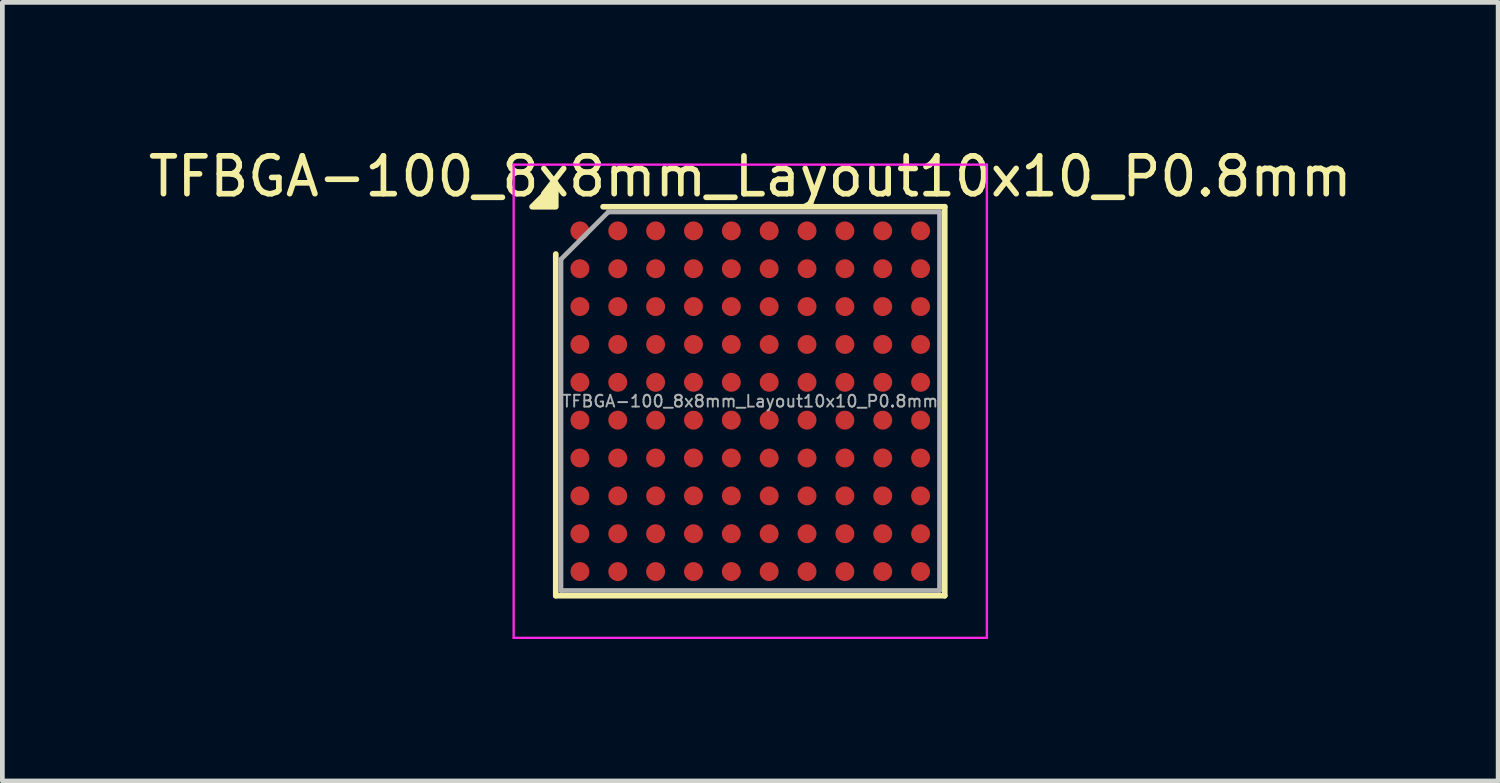
<source format=kicad_pcb>
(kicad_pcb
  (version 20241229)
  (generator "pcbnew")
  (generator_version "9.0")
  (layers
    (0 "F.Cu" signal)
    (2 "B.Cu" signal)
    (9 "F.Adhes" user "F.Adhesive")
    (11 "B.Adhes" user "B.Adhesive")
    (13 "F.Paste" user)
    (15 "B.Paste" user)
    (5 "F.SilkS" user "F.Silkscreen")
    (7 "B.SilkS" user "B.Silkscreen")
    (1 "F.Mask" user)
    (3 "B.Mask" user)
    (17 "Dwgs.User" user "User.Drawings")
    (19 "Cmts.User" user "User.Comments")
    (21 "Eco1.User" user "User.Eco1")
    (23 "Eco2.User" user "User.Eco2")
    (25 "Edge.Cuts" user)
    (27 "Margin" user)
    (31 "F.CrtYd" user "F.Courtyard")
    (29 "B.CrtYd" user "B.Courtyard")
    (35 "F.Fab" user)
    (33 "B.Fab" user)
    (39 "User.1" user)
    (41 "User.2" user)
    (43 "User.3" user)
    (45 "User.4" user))
  (footprint "TFBGA-100_8x8mm_Layout10x10_P0.8mm"
    (layer "F.Cu")
    (at 12.805 5.429)
    (property "Reference" "TFBGA-100_8x8mm_Layout10x10_P0.8mm" (at 0 -4.75 0) (layer "F.SilkS") (effects (font (size 0.8 0.8) (thickness 0.12))))
    (attr smd)
    (fp_line (start -4.11 4.11) (end -4.11 -3.11) (stroke (width 0.12) (type solid)) (layer "F.SilkS"))
    (fp_line (start -3.11 -4.11) (end 4.11 -4.11) (stroke (width 0.12) (type solid)) (layer "F.SilkS"))
    (fp_line (start 4.11 -4.11) (end 4.11 4.11) (stroke (width 0.12) (type solid)) (layer "F.SilkS"))
    (fp_line (start 4.11 4.11) (end -4.11 4.11) (stroke (width 0.12) (type solid)) (layer "F.SilkS"))
    (fp_poly (pts (xy -4.11 -4.11) (xy -4.61 -4.11) (xy -4.11 -4.61) (xy -4.11 -4.11)) (stroke (width 0.12) (type solid)) (fill yes) (layer "F.SilkS"))
    (fp_line (start -5 -5) (end -5 5) (stroke (width 0.05) (type solid)) (layer "F.CrtYd"))
    (fp_line (start -5 5) (end 5 5) (stroke (width 0.05) (type solid)) (layer "F.CrtYd"))
    (fp_line (start 5 -5) (end -5 -5) (stroke (width 0.05) (type solid)) (layer "F.CrtYd"))
    (fp_line (start 5 5) (end 5 -5) (stroke (width 0.05) (type solid)) (layer "F.CrtYd"))
    (fp_line (start -4 -3) (end -3 -4) (stroke (width 0.1) (type solid)) (layer "F.Fab"))
    (fp_line (start -4 4) (end -4 -3) (stroke (width 0.1) (type solid)) (layer "F.Fab"))
    (fp_line (start -3 -4) (end 4 -4) (stroke (width 0.1) (type solid)) (layer "F.Fab"))
    (fp_line (start 4 -4) (end 4 4) (stroke (width 0.1) (type solid)) (layer "F.Fab"))
    (fp_line (start 4 4) (end -4 4) (stroke (width 0.1) (type solid)) (layer "F.Fab"))
    (fp_text user "${REFERENCE}" (at 0 0 0) (layer "F.Fab") (effects (font (size 0.25 0.25) (thickness 0.04))))
    (pad "A1" smd circle (at -3.6 -3.6) (size 0.4 0.4) (property pad_prop_bga) (layers "F.Cu" "F.Mask" "F.Paste"))
    (pad "A2" smd circle (at -2.8 -3.6) (size 0.4 0.4) (property pad_prop_bga) (layers "F.Cu" "F.Mask" "F.Paste"))
    (pad "A3" smd circle (at -2 -3.6) (size 0.4 0.4) (property pad_prop_bga) (layers "F.Cu" "F.Mask" "F.Paste"))
    (pad "A4" smd circle (at -1.2 -3.6) (size 0.4 0.4) (property pad_prop_bga) (layers "F.Cu" "F.Mask" "F.Paste"))
    (pad "A5" smd circle (at -0.4 -3.6) (size 0.4 0.4) (property pad_prop_bga) (layers "F.Cu" "F.Mask" "F.Paste"))
    (pad "A6" smd circle (at 0.4 -3.6) (size 0.4 0.4) (property pad_prop_bga) (layers "F.Cu" "F.Mask" "F.Paste"))
    (pad "A7" smd circle (at 1.2 -3.6) (size 0.4 0.4) (property pad_prop_bga) (layers "F.Cu" "F.Mask" "F.Paste"))
    (pad "A8" smd circle (at 2 -3.6) (size 0.4 0.4) (property pad_prop_bga) (layers "F.Cu" "F.Mask" "F.Paste"))
    (pad "A9" smd circle (at 2.8 -3.6) (size 0.4 0.4) (property pad_prop_bga) (layers "F.Cu" "F.Mask" "F.Paste"))
    (pad "A10" smd circle (at 3.6 -3.6) (size 0.4 0.4) (property pad_prop_bga) (layers "F.Cu" "F.Mask" "F.Paste"))
    (pad "B1" smd circle (at -3.6 -2.8) (size 0.4 0.4) (property pad_prop_bga) (layers "F.Cu" "F.Mask" "F.Paste"))
    (pad "B2" smd circle (at -2.8 -2.8) (size 0.4 0.4) (property pad_prop_bga) (layers "F.Cu" "F.Mask" "F.Paste"))
    (pad "B3" smd circle (at -2 -2.8) (size 0.4 0.4) (property pad_prop_bga) (layers "F.Cu" "F.Mask" "F.Paste"))
    (pad "B4" smd circle (at -1.2 -2.8) (size 0.4 0.4) (property pad_prop_bga) (layers "F.Cu" "F.Mask" "F.Paste"))
    (pad "B5" smd circle (at -0.4 -2.8) (size 0.4 0.4) (property pad_prop_bga) (layers "F.Cu" "F.Mask" "F.Paste"))
    (pad "B6" smd circle (at 0.4 -2.8) (size 0.4 0.4) (property pad_prop_bga) (layers "F.Cu" "F.Mask" "F.Paste"))
    (pad "B7" smd circle (at 1.2 -2.8) (size 0.4 0.4) (property pad_prop_bga) (layers "F.Cu" "F.Mask" "F.Paste"))
    (pad "B8" smd circle (at 2 -2.8) (size 0.4 0.4) (property pad_prop_bga) (layers "F.Cu" "F.Mask" "F.Paste"))
    (pad "B9" smd circle (at 2.8 -2.8) (size 0.4 0.4) (property pad_prop_bga) (layers "F.Cu" "F.Mask" "F.Paste"))
    (pad "B10" smd circle (at 3.6 -2.8) (size 0.4 0.4) (property pad_prop_bga) (layers "F.Cu" "F.Mask" "F.Paste"))
    (pad "C1" smd circle (at -3.6 -2) (size 0.4 0.4) (property pad_prop_bga) (layers "F.Cu" "F.Mask" "F.Paste"))
    (pad "C2" smd circle (at -2.8 -2) (size 0.4 0.4) (property pad_prop_bga) (layers "F.Cu" "F.Mask" "F.Paste"))
    (pad "C3" smd circle (at -2 -2) (size 0.4 0.4) (property pad_prop_bga) (layers "F.Cu" "F.Mask" "F.Paste"))
    (pad "C4" smd circle (at -1.2 -2) (size 0.4 0.4) (property pad_prop_bga) (layers "F.Cu" "F.Mask" "F.Paste"))
    (pad "C5" smd circle (at -0.4 -2) (size 0.4 0.4) (property pad_prop_bga) (layers "F.Cu" "F.Mask" "F.Paste"))
    (pad "C6" smd circle (at 0.4 -2) (size 0.4 0.4) (property pad_prop_bga) (layers "F.Cu" "F.Mask" "F.Paste"))
    (pad "C7" smd circle (at 1.2 -2) (size 0.4 0.4) (property pad_prop_bga) (layers "F.Cu" "F.Mask" "F.Paste"))
    (pad "C8" smd circle (at 2 -2) (size 0.4 0.4) (property pad_prop_bga) (layers "F.Cu" "F.Mask" "F.Paste"))
    (pad "C9" smd circle (at 2.8 -2) (size 0.4 0.4) (property pad_prop_bga) (layers "F.Cu" "F.Mask" "F.Paste"))
    (pad "C10" smd circle (at 3.6 -2) (size 0.4 0.4) (property pad_prop_bga) (layers "F.Cu" "F.Mask" "F.Paste"))
    (pad "D1" smd circle (at -3.6 -1.2) (size 0.4 0.4) (property pad_prop_bga) (layers "F.Cu" "F.Mask" "F.Paste"))
    (pad "D2" smd circle (at -2.8 -1.2) (size 0.4 0.4) (property pad_prop_bga) (layers "F.Cu" "F.Mask" "F.Paste"))
    (pad "D3" smd circle (at -2 -1.2) (size 0.4 0.4) (property pad_prop_bga) (layers "F.Cu" "F.Mask" "F.Paste"))
    (pad "D4" smd circle (at -1.2 -1.2) (size 0.4 0.4) (property pad_prop_bga) (layers "F.Cu" "F.Mask" "F.Paste"))
    (pad "D5" smd circle (at -0.4 -1.2) (size 0.4 0.4) (property pad_prop_bga) (layers "F.Cu" "F.Mask" "F.Paste"))
    (pad "D6" smd circle (at 0.4 -1.2) (size 0.4 0.4) (property pad_prop_bga) (layers "F.Cu" "F.Mask" "F.Paste"))
    (pad "D7" smd circle (at 1.2 -1.2) (size 0.4 0.4) (property pad_prop_bga) (layers "F.Cu" "F.Mask" "F.Paste"))
    (pad "D8" smd circle (at 2 -1.2) (size 0.4 0.4) (property pad_prop_bga) (layers "F.Cu" "F.Mask" "F.Paste"))
    (pad "D9" smd circle (at 2.8 -1.2) (size 0.4 0.4) (property pad_prop_bga) (layers "F.Cu" "F.Mask" "F.Paste"))
    (pad "D10" smd circle (at 3.6 -1.2) (size 0.4 0.4) (property pad_prop_bga) (layers "F.Cu" "F.Mask" "F.Paste"))
    (pad "E1" smd circle (at -3.6 -0.4) (size 0.4 0.4) (property pad_prop_bga) (layers "F.Cu" "F.Mask" "F.Paste"))
    (pad "E2" smd circle (at -2.8 -0.4) (size 0.4 0.4) (property pad_prop_bga) (layers "F.Cu" "F.Mask" "F.Paste"))
    (pad "E3" smd circle (at -2 -0.4) (size 0.4 0.4) (property pad_prop_bga) (layers "F.Cu" "F.Mask" "F.Paste"))
    (pad "E4" smd circle (at -1.2 -0.4) (size 0.4 0.4) (property pad_prop_bga) (layers "F.Cu" "F.Mask" "F.Paste"))
    (pad "E5" smd circle (at -0.4 -0.4) (size 0.4 0.4) (property pad_prop_bga) (layers "F.Cu" "F.Mask" "F.Paste"))
    (pad "E6" smd circle (at 0.4 -0.4) (size 0.4 0.4) (property pad_prop_bga) (layers "F.Cu" "F.Mask" "F.Paste"))
    (pad "E7" smd circle (at 1.2 -0.4) (size 0.4 0.4) (property pad_prop_bga) (layers "F.Cu" "F.Mask" "F.Paste"))
    (pad "E8" smd circle (at 2 -0.4) (size 0.4 0.4) (property pad_prop_bga) (layers "F.Cu" "F.Mask" "F.Paste"))
    (pad "E9" smd circle (at 2.8 -0.4) (size 0.4 0.4) (property pad_prop_bga) (layers "F.Cu" "F.Mask" "F.Paste"))
    (pad "E10" smd circle (at 3.6 -0.4) (size 0.4 0.4) (property pad_prop_bga) (layers "F.Cu" "F.Mask" "F.Paste"))
    (pad "F1" smd circle (at -3.6 0.4) (size 0.4 0.4) (property pad_prop_bga) (layers "F.Cu" "F.Mask" "F.Paste"))
    (pad "F2" smd circle (at -2.8 0.4) (size 0.4 0.4) (property pad_prop_bga) (layers "F.Cu" "F.Mask" "F.Paste"))
    (pad "F3" smd circle (at -2 0.4) (size 0.4 0.4) (property pad_prop_bga) (layers "F.Cu" "F.Mask" "F.Paste"))
    (pad "F4" smd circle (at -1.2 0.4) (size 0.4 0.4) (property pad_prop_bga) (layers "F.Cu" "F.Mask" "F.Paste"))
    (pad "F5" smd circle (at -0.4 0.4) (size 0.4 0.4) (property pad_prop_bga) (layers "F.Cu" "F.Mask" "F.Paste"))
    (pad "F6" smd circle (at 0.4 0.4) (size 0.4 0.4) (property pad_prop_bga) (layers "F.Cu" "F.Mask" "F.Paste"))
    (pad "F7" smd circle (at 1.2 0.4) (size 0.4 0.4) (property pad_prop_bga) (layers "F.Cu" "F.Mask" "F.Paste"))
    (pad "F8" smd circle (at 2 0.4) (size 0.4 0.4) (property pad_prop_bga) (layers "F.Cu" "F.Mask" "F.Paste"))
    (pad "F9" smd circle (at 2.8 0.4) (size 0.4 0.4) (property pad_prop_bga) (layers "F.Cu" "F.Mask" "F.Paste"))
    (pad "F10" smd circle (at 3.6 0.4) (size 0.4 0.4) (property pad_prop_bga) (layers "F.Cu" "F.Mask" "F.Paste"))
    (pad "G1" smd circle (at -3.6 1.2) (size 0.4 0.4) (property pad_prop_bga) (layers "F.Cu" "F.Mask" "F.Paste"))
    (pad "G2" smd circle (at -2.8 1.2) (size 0.4 0.4) (property pad_prop_bga) (layers "F.Cu" "F.Mask" "F.Paste"))
    (pad "G3" smd circle (at -2 1.2) (size 0.4 0.4) (property pad_prop_bga) (layers "F.Cu" "F.Mask" "F.Paste"))
    (pad "G4" smd circle (at -1.2 1.2) (size 0.4 0.4) (property pad_prop_bga) (layers "F.Cu" "F.Mask" "F.Paste"))
    (pad "G5" smd circle (at -0.4 1.2) (size 0.4 0.4) (property pad_prop_bga) (layers "F.Cu" "F.Mask" "F.Paste"))
    (pad "G6" smd circle (at 0.4 1.2) (size 0.4 0.4) (property pad_prop_bga) (layers "F.Cu" "F.Mask" "F.Paste"))
    (pad "G7" smd circle (at 1.2 1.2) (size 0.4 0.4) (property pad_prop_bga) (layers "F.Cu" "F.Mask" "F.Paste"))
    (pad "G8" smd circle (at 2 1.2) (size 0.4 0.4) (property pad_prop_bga) (layers "F.Cu" "F.Mask" "F.Paste"))
    (pad "G9" smd circle (at 2.8 1.2) (size 0.4 0.4) (property pad_prop_bga) (layers "F.Cu" "F.Mask" "F.Paste"))
    (pad "G10" smd circle (at 3.6 1.2) (size 0.4 0.4) (property pad_prop_bga) (layers "F.Cu" "F.Mask" "F.Paste"))
    (pad "H1" smd circle (at -3.6 2) (size 0.4 0.4) (property pad_prop_bga) (layers "F.Cu" "F.Mask" "F.Paste"))
    (pad "H2" smd circle (at -2.8 2) (size 0.4 0.4) (property pad_prop_bga) (layers "F.Cu" "F.Mask" "F.Paste"))
    (pad "H3" smd circle (at -2 2) (size 0.4 0.4) (property pad_prop_bga) (layers "F.Cu" "F.Mask" "F.Paste"))
    (pad "H4" smd circle (at -1.2 2) (size 0.4 0.4) (property pad_prop_bga) (layers "F.Cu" "F.Mask" "F.Paste"))
    (pad "H5" smd circle (at -0.4 2) (size 0.4 0.4) (property pad_prop_bga) (layers "F.Cu" "F.Mask" "F.Paste"))
    (pad "H6" smd circle (at 0.4 2) (size 0.4 0.4) (property pad_prop_bga) (layers "F.Cu" "F.Mask" "F.Paste"))
    (pad "H7" smd circle (at 1.2 2) (size 0.4 0.4) (property pad_prop_bga) (layers "F.Cu" "F.Mask" "F.Paste"))
    (pad "H8" smd circle (at 2 2) (size 0.4 0.4) (property pad_prop_bga) (layers "F.Cu" "F.Mask" "F.Paste"))
    (pad "H9" smd circle (at 2.8 2) (size 0.4 0.4) (property pad_prop_bga) (layers "F.Cu" "F.Mask" "F.Paste"))
    (pad "H10" smd circle (at 3.6 2) (size 0.4 0.4) (property pad_prop_bga) (layers "F.Cu" "F.Mask" "F.Paste"))
    (pad "J1" smd circle (at -3.6 2.8) (size 0.4 0.4) (property pad_prop_bga) (layers "F.Cu" "F.Mask" "F.Paste"))
    (pad "J2" smd circle (at -2.8 2.8) (size 0.4 0.4) (property pad_prop_bga) (layers "F.Cu" "F.Mask" "F.Paste"))
    (pad "J3" smd circle (at -2 2.8) (size 0.4 0.4) (property pad_prop_bga) (layers "F.Cu" "F.Mask" "F.Paste"))
    (pad "J4" smd circle (at -1.2 2.8) (size 0.4 0.4) (property pad_prop_bga) (layers "F.Cu" "F.Mask" "F.Paste"))
    (pad "J5" smd circle (at -0.4 2.8) (size 0.4 0.4) (property pad_prop_bga) (layers "F.Cu" "F.Mask" "F.Paste"))
    (pad "J6" smd circle (at 0.4 2.8) (size 0.4 0.4) (property pad_prop_bga) (layers "F.Cu" "F.Mask" "F.Paste"))
    (pad "J7" smd circle (at 1.2 2.8) (size 0.4 0.4) (property pad_prop_bga) (layers "F.Cu" "F.Mask" "F.Paste"))
    (pad "J8" smd circle (at 2 2.8) (size 0.4 0.4) (property pad_prop_bga) (layers "F.Cu" "F.Mask" "F.Paste"))
    (pad "J9" smd circle (at 2.8 2.8) (size 0.4 0.4) (property pad_prop_bga) (layers "F.Cu" "F.Mask" "F.Paste"))
    (pad "J10" smd circle (at 3.6 2.8) (size 0.4 0.4) (property pad_prop_bga) (layers "F.Cu" "F.Mask" "F.Paste"))
    (pad "K1" smd circle (at -3.6 3.6) (size 0.4 0.4) (property pad_prop_bga) (layers "F.Cu" "F.Mask" "F.Paste"))
    (pad "K2" smd circle (at -2.8 3.6) (size 0.4 0.4) (property pad_prop_bga) (layers "F.Cu" "F.Mask" "F.Paste"))
    (pad "K3" smd circle (at -2 3.6) (size 0.4 0.4) (property pad_prop_bga) (layers "F.Cu" "F.Mask" "F.Paste"))
    (pad "K4" smd circle (at -1.2 3.6) (size 0.4 0.4) (property pad_prop_bga) (layers "F.Cu" "F.Mask" "F.Paste"))
    (pad "K5" smd circle (at -0.4 3.6) (size 0.4 0.4) (property pad_prop_bga) (layers "F.Cu" "F.Mask" "F.Paste"))
    (pad "K6" smd circle (at 0.4 3.6) (size 0.4 0.4) (property pad_prop_bga) (layers "F.Cu" "F.Mask" "F.Paste"))
    (pad "K7" smd circle (at 1.2 3.6) (size 0.4 0.4) (property pad_prop_bga) (layers "F.Cu" "F.Mask" "F.Paste"))
    (pad "K8" smd circle (at 2 3.6) (size 0.4 0.4) (property pad_prop_bga) (layers "F.Cu" "F.Mask" "F.Paste"))
    (pad "K9" smd circle (at 2.8 3.6) (size 0.4 0.4) (property pad_prop_bga) (layers "F.Cu" "F.Mask" "F.Paste"))
    (pad "K10" smd circle (at 3.6 3.6) (size 0.4 0.4) (property pad_prop_bga) (layers "F.Cu" "F.Mask" "F.Paste")))
  (gr_rect
    (start -3 -3)
    (end 28.61 13.454)
    (stroke (width 0.1) (type default))
    (fill no)
    (layer "Edge.Cuts")))
</source>
